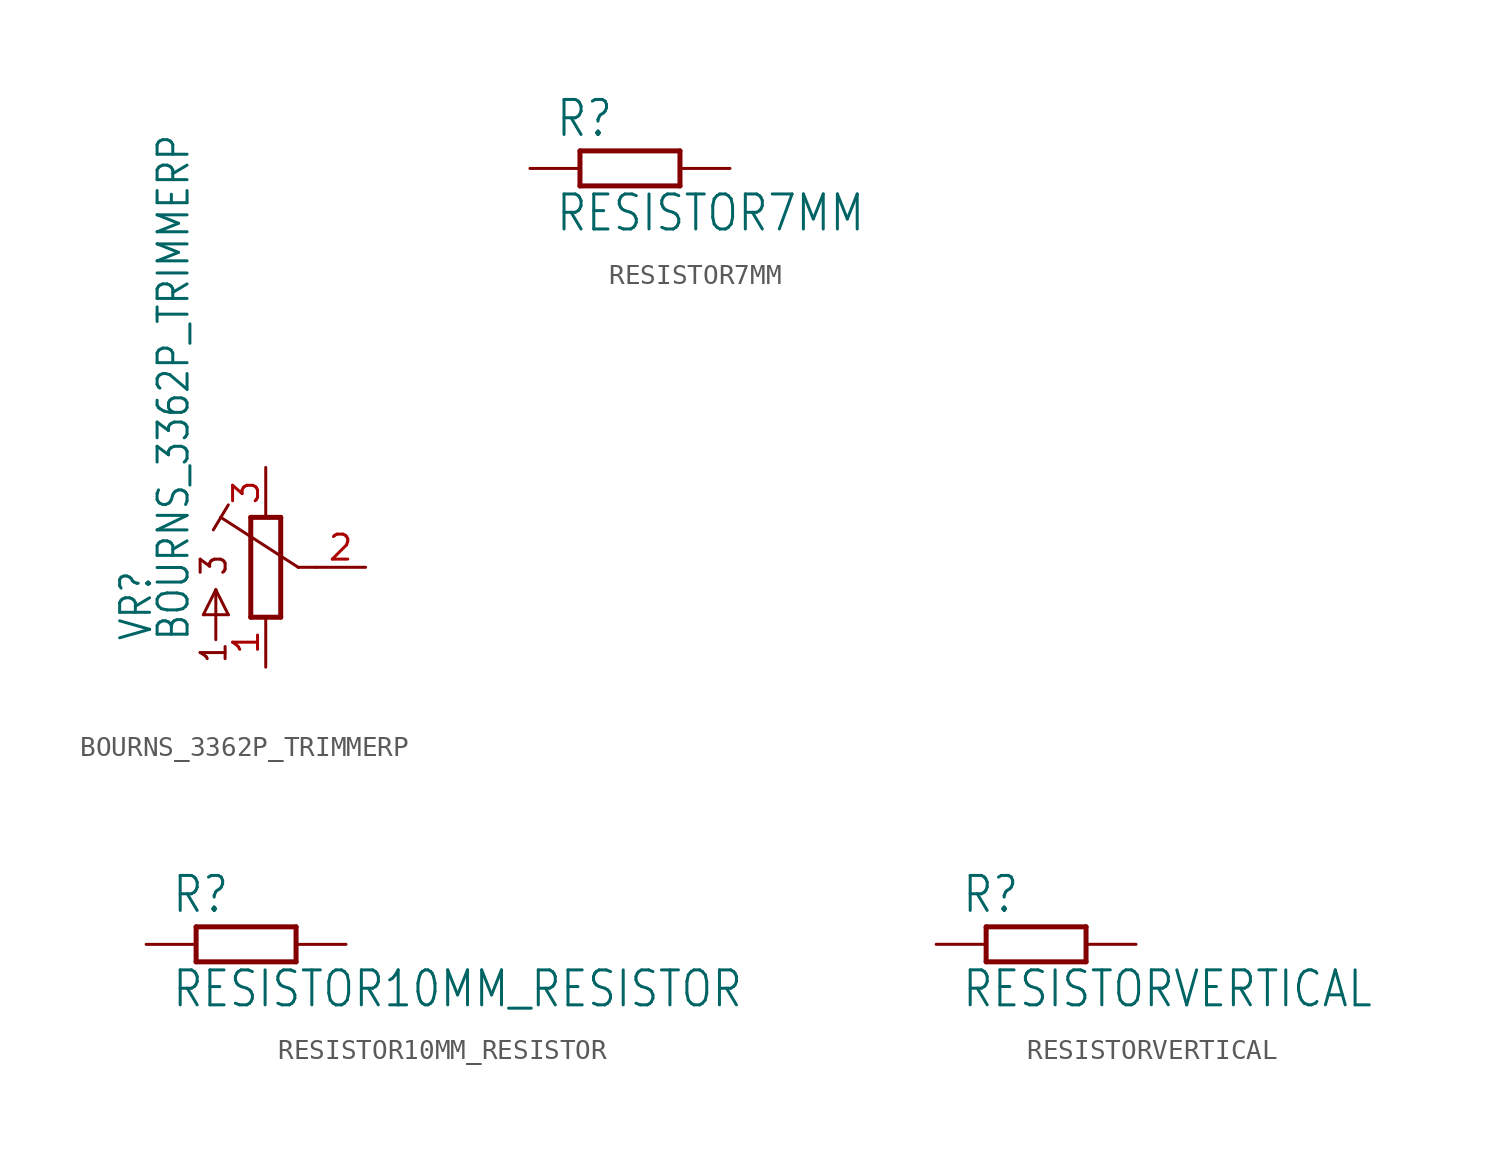
<source format=kicad_sym>
(kicad_symbol_lib
  (version 20211014)
  (generator kicad_symbol_editor)
  (symbol "BOURNS_3362P_TRIMMERP"
    (property "Reference" "VR"
      (at -5.715 -3.81 90)
      (effects (font (size 1.524 1.295)) (justify left bottom)))
    (property "Value" "BOURNS_3362P_TRIMMERP"
      (at -3.81 -3.81 90)
      (effects (font (size 1.524 1.295)) (justify left bottom)))
    (property "ki_locked" ""
      (at 0 0 0)
      (effects (font (size 1.27 1.27))))
    (symbol "BOURNS_3362P_TRIMMERP_1_0"
      (polyline (pts (xy -3.175 -2.413) (xy -1.905 -2.413)) (stroke (width 0.152) (type default) (color 0 0 0 0)) (fill (type none)))
      (polyline (pts (xy -2.667 1.905) (xy -2.286 2.54)) (stroke (width 0.152) (type default) (color 0 0 0 0)) (fill (type none)))
      (polyline (pts (xy -2.54 -3.683) (xy -2.54 -1.143)) (stroke (width 0.152) (type default) (color 0 0 0 0)) (fill (type none)))
      (polyline (pts (xy -2.54 -1.143) (xy -3.175 -2.413)) (stroke (width 0.152) (type default) (color 0 0 0 0)) (fill (type none)))
      (polyline (pts (xy -2.286 2.54) (xy -1.905 3.175)) (stroke (width 0.152) (type default) (color 0 0 0 0)) (fill (type none)))
      (polyline (pts (xy -1.905 -2.413) (xy -2.54 -1.143)) (stroke (width 0.152) (type default) (color 0 0 0 0)) (fill (type none)))
      (polyline (pts (xy -0.762 -2.54) (xy 0.762 -2.54)) (stroke (width 0.254) (type default) (color 0 0 0 0)) (fill (type none)))
      (polyline (pts (xy -0.762 2.54) (xy -0.762 -2.54)) (stroke (width 0.254) (type default) (color 0 0 0 0)) (fill (type none)))
      (polyline (pts (xy 0.762 -2.54) (xy 0.762 2.54)) (stroke (width 0.254) (type default) (color 0 0 0 0)) (fill (type none)))
      (polyline (pts (xy 0.762 2.54) (xy -0.762 2.54)) (stroke (width 0.254) (type default) (color 0 0 0 0)) (fill (type none)))
      (polyline (pts (xy 1.651 0) (xy -2.286 2.54)) (stroke (width 0.152) (type default) (color 0 0 0 0)) (fill (type none)))
      (polyline (pts (xy 2.54 0) (xy 1.651 0)) (stroke (width 0.152) (type default) (color 0 0 0 0)) (fill (type none)))
      (text "1" (at -1.905 -4.953 900) (effects (font (size 1.27 1.079)) (justify left bottom)))
      (text "3" (at -1.905 -0.508 900) (effects (font (size 1.27 1.079)) (justify left bottom)))
      (pin passive line (at 0 -5.08 90) (length 2.54) (name "1" (effects (font (size 0 0)))) (number "1" (effects (font (size 1.27 1.27)))))
      (pin passive line (at 5.08 0 180) (length 2.54) (name "2" (effects (font (size 0 0)))) (number "2" (effects (font (size 1.27 1.27)))))
      (pin passive line (at 0 5.08 270) (length 2.54) (name "3" (effects (font (size 0 0)))) (number "3" (effects (font (size 1.27 1.27)))))))
  (symbol "RESISTOR7MM"
    (property "Reference" "R"
      (at -3.81 1.499 0)
      (effects (font (size 1.778 1.511)) (justify left bottom)))
    (property "Value" "RESISTOR7MM"
      (at -3.81 -3.302 0)
      (effects (font (size 1.778 1.511)) (justify left bottom)))
    (property "ki_locked" ""
      (at 0 0 0)
      (effects (font (size 1.27 1.27))))
    (symbol "RESISTOR7MM_1_0"
      (polyline (pts (xy -2.54 -0.889) (xy -2.54 0.889)) (stroke (width 0.254) (type default) (color 0 0 0 0)) (fill (type none)))
      (polyline (pts (xy -2.54 -0.889) (xy 2.54 -0.889)) (stroke (width 0.254) (type default) (color 0 0 0 0)) (fill (type none)))
      (polyline (pts (xy 2.54 -0.889) (xy 2.54 0.889)) (stroke (width 0.254) (type default) (color 0 0 0 0)) (fill (type none)))
      (polyline (pts (xy 2.54 0.889) (xy -2.54 0.889)) (stroke (width 0.254) (type default) (color 0 0 0 0)) (fill (type none)))
      (pin passive line (at -5.08 0 0) (length 2.54) (name "1" (effects (font (size 0 0)))) (number "1" (effects (font (size 0 0)))))
      (pin passive line (at 5.08 0 180) (length 2.54) (name "2" (effects (font (size 0 0)))) (number "2" (effects (font (size 0 0)))))))
  (symbol "RESISTOR10MM_RESISTOR"
    (property "Reference" "R"
      (at -3.81 1.499 0)
      (effects (font (size 1.778 1.511)) (justify left bottom)))
    (property "Value" "RESISTOR10MM_RESISTOR"
      (at -3.81 -3.302 0)
      (effects (font (size 1.778 1.511)) (justify left bottom)))
    (property "ki_locked" ""
      (at 0 0 0)
      (effects (font (size 1.27 1.27))))
    (symbol "RESISTOR10MM_RESISTOR_1_0"
      (polyline (pts (xy -2.54 -0.889) (xy -2.54 0.889)) (stroke (width 0.254) (type default) (color 0 0 0 0)) (fill (type none)))
      (polyline (pts (xy -2.54 -0.889) (xy 2.54 -0.889)) (stroke (width 0.254) (type default) (color 0 0 0 0)) (fill (type none)))
      (polyline (pts (xy 2.54 -0.889) (xy 2.54 0.889)) (stroke (width 0.254) (type default) (color 0 0 0 0)) (fill (type none)))
      (polyline (pts (xy 2.54 0.889) (xy -2.54 0.889)) (stroke (width 0.254) (type default) (color 0 0 0 0)) (fill (type none)))
      (pin passive line (at -5.08 0 0) (length 2.54) (name "1" (effects (font (size 0 0)))) (number "1" (effects (font (size 0 0)))))
      (pin passive line (at 5.08 0 180) (length 2.54) (name "2" (effects (font (size 0 0)))) (number "2" (effects (font (size 0 0)))))))
  (symbol "RESISTORVERTICAL"
    (property "Reference" "R"
      (at -3.81 1.499 0)
      (effects (font (size 1.778 1.511)) (justify left bottom)))
    (property "Value" "RESISTORVERTICAL"
      (at -3.81 -3.302 0)
      (effects (font (size 1.778 1.511)) (justify left bottom)))
    (property "ki_locked" ""
      (at 0 0 0)
      (effects (font (size 1.27 1.27))))
    (symbol "RESISTORVERTICAL_1_0"
      (polyline (pts (xy -2.54 -0.889) (xy -2.54 0.889)) (stroke (width 0.254) (type default) (color 0 0 0 0)) (fill (type none)))
      (polyline (pts (xy -2.54 -0.889) (xy 2.54 -0.889)) (stroke (width 0.254) (type default) (color 0 0 0 0)) (fill (type none)))
      (polyline (pts (xy 2.54 -0.889) (xy 2.54 0.889)) (stroke (width 0.254) (type default) (color 0 0 0 0)) (fill (type none)))
      (polyline (pts (xy 2.54 0.889) (xy -2.54 0.889)) (stroke (width 0.254) (type default) (color 0 0 0 0)) (fill (type none)))
      (pin passive line (at -5.08 0 0) (length 2.54) (name "1" (effects (font (size 0 0)))) (number "1" (effects (font (size 0 0)))))
      (pin passive line (at 5.08 0 180) (length 2.54) (name "2" (effects (font (size 0 0)))) (number "2" (effects (font (size 0 0))))))))
</source>
